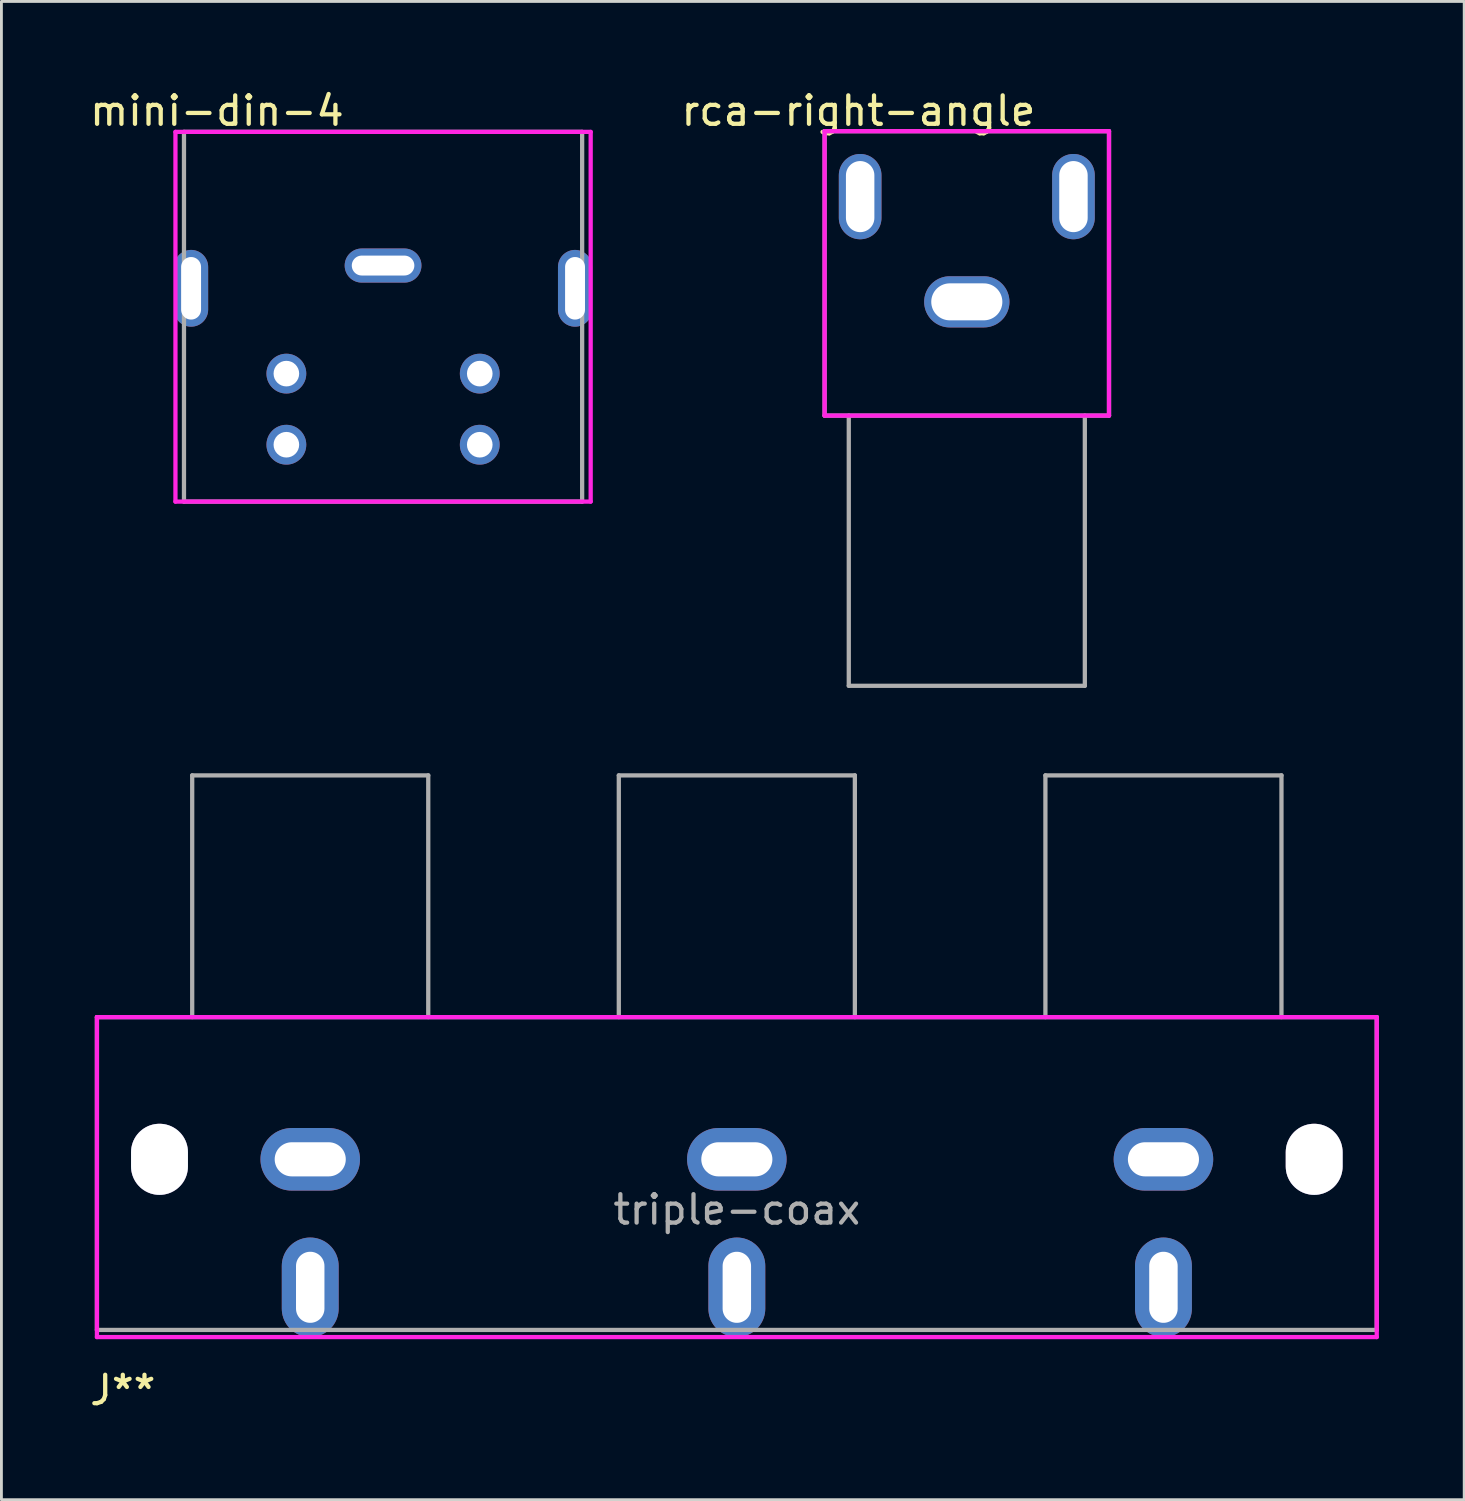
<source format=kicad_pcb>
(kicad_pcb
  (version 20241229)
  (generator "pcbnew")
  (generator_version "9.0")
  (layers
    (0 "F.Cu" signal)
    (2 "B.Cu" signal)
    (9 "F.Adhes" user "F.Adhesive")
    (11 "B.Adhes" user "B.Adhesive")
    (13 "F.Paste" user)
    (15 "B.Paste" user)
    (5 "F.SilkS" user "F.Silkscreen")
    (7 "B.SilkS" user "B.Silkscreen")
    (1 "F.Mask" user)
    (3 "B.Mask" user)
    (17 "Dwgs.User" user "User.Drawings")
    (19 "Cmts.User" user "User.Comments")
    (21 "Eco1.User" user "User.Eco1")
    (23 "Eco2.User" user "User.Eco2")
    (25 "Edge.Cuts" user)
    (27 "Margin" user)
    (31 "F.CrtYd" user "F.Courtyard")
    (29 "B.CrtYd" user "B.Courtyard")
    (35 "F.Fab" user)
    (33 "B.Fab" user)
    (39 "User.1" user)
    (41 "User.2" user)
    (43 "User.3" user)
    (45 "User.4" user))
  (footprint "rca-right-angle"
    (layer "F.Cu")
    (at 30.944 6.563)
    (property "Reference" "rca-right-angle" (at -3.81 -5.715 0) (layer "F.SilkS") (effects (font (size 1 1) (thickness 0.15))))
    (attr through_hole)
    (fp_line (start -5 -5) (end -5 5) (stroke (width 0.15) (type solid)) (layer "F.CrtYd"))
    (fp_line (start -5 -5) (end 5 -5) (stroke (width 0.15) (type solid)) (layer "F.CrtYd"))
    (fp_line (start -5 5) (end 5 5) (stroke (width 0.15) (type solid)) (layer "F.CrtYd"))
    (fp_line (start 5 -5) (end 5 5) (stroke (width 0.15) (type solid)) (layer "F.CrtYd"))
    (fp_line (start -5 -5) (end -5 5) (stroke (width 0.15) (type solid)) (layer "F.Fab"))
    (fp_line (start -5 -5) (end 5 -5) (stroke (width 0.15) (type solid)) (layer "F.Fab"))
    (fp_line (start -5 5) (end 5 5) (stroke (width 0.15) (type solid)) (layer "F.Fab"))
    (fp_line (start -4.15 5) (end -4.15 14.5) (stroke (width 0.15) (type solid)) (layer "F.Fab"))
    (fp_line (start -4.15 14.5) (end 4.15 14.5) (stroke (width 0.15) (type solid)) (layer "F.Fab"))
    (fp_line (start 4.15 5) (end 4.15 14.5) (stroke (width 0.15) (type solid)) (layer "F.Fab"))
    (fp_line (start 5 -5) (end 5 5) (stroke (width 0.15) (type solid)) (layer "F.Fab"))
    (pad "1" thru_hole oval (at 0 1) (size 3 1.8) (drill oval 2.5 1.3) (layers "*.Cu" "*.Mask"))
    (pad "2" thru_hole oval (at -3.75 -2.7) (size 1.5 3) (drill oval 1 2.5) (layers "*.Cu" "*.Mask"))
    (pad "2" thru_hole oval (at 3.75 -2.7) (size 1.5 3) (drill oval 1 2.5) (layers "*.Cu" "*.Mask")))
  (footprint "mini-din-4"
    (layer "F.Cu")
    (at 10.419 8.087)
    (property "Reference" "mini-din-4" (at -5.842 -7.239 0) (layer "F.SilkS") (effects (font (size 1 1) (thickness 0.15))))
    (attr through_hole)
    (fp_line (start -7.3 -6.5) (end -7.3 6.5) (stroke (width 0.15) (type solid)) (layer "F.CrtYd"))
    (fp_line (start -7.3 -6.5) (end 7.3 -6.5) (stroke (width 0.15) (type solid)) (layer "F.CrtYd"))
    (fp_line (start -7.3 6.5) (end 7.3 6.5) (stroke (width 0.15) (type solid)) (layer "F.CrtYd"))
    (fp_line (start 7.3 -6.5) (end 7.3 6.5) (stroke (width 0.15) (type solid)) (layer "F.CrtYd"))
    (fp_line (start -7 -6.5) (end -7 6.5) (stroke (width 0.15) (type solid)) (layer "F.Fab"))
    (fp_line (start -7 -6.5) (end 7 -6.5) (stroke (width 0.15) (type solid)) (layer "F.Fab"))
    (fp_line (start -7 6.5) (end 7 6.5) (stroke (width 0.15) (type solid)) (layer "F.Fab"))
    (fp_line (start 7 -6.5) (end 7 6.5) (stroke (width 0.15) (type solid)) (layer "F.Fab"))
    (pad "" thru_hole oval (at -6.75 -1) (size 1.2 2.7) (drill oval 0.7 2.2) (layers "*.Cu" "*.Mask"))
    (pad "" thru_hole oval (at 0 -1.8) (size 2.7 1.2) (drill oval 2.2 0.7) (layers "*.Cu" "*.Mask"))
    (pad "" thru_hole oval (at 6.75 -1) (size 1.2 2.7) (drill oval 0.7 2.2) (layers "*.Cu" "*.Mask"))
    (pad "1" thru_hole circle (at -3.4 2) (size 1.4 1.4) (drill 0.9) (layers "*.Cu" "*.Mask"))
    (pad "2" thru_hole circle (at 3.4 2) (size 1.4 1.4) (drill 0.9) (layers "*.Cu" "*.Mask"))
    (pad "3" thru_hole circle (at -3.4 4.5) (size 1.4 1.4) (drill 0.9) (layers "*.Cu" "*.Mask"))
    (pad "4" thru_hole circle (at 3.4 4.5) (size 1.4 1.4) (drill 0.9) (layers "*.Cu" "*.Mask")))
  (footprint "triple-coax"
    (layer "F.Cu")
    (at 22.858 38.213)
    (property "Reference" "triple-coax" (at 0 1.27 0) (layer "F.Fab") (effects (font (size 1 1) (thickness 0.15))))
    (attr through_hole)
    (fp_line (start -22.5 -5.5) (end 22.5 -5.5) (stroke (width 0.15) (type solid)) (layer "F.CrtYd"))
    (fp_line (start -22.5 5.75) (end -22.5 -5.5) (stroke (width 0.15) (type solid)) (layer "F.CrtYd"))
    (fp_line (start -22.5 5.75) (end 22.5 5.75) (stroke (width 0.15) (type solid)) (layer "F.CrtYd"))
    (fp_line (start 22.5 -5.5) (end 22.5 5.75) (stroke (width 0.15) (type solid)) (layer "F.CrtYd"))
    (fp_line (start -22.5 -5.5) (end 22.5 -5.5) (stroke (width 0.15) (type solid)) (layer "F.Fab"))
    (fp_line (start -22.5 5.5) (end -22.5 -5.5) (stroke (width 0.15) (type solid)) (layer "F.Fab"))
    (fp_line (start -22.5 5.5) (end 22.5 5.5) (stroke (width 0.15) (type solid)) (layer "F.Fab"))
    (fp_line (start -19.15 -14) (end -19.15 -5.5) (stroke (width 0.15) (type solid)) (layer "F.Fab"))
    (fp_line (start -19.15 -14) (end -10.85 -14) (stroke (width 0.15) (type solid)) (layer "F.Fab"))
    (fp_line (start -10.85 -14) (end -10.85 -5.5) (stroke (width 0.15) (type solid)) (layer "F.Fab"))
    (fp_line (start -4.15 -14) (end -4.15 -5.5) (stroke (width 0.15) (type solid)) (layer "F.Fab"))
    (fp_line (start -4.15 -14) (end 4.15 -14) (stroke (width 0.15) (type solid)) (layer "F.Fab"))
    (fp_line (start 4.15 -14) (end 4.15 -5.5) (stroke (width 0.15) (type solid)) (layer "F.Fab"))
    (fp_line (start 10.85 -14) (end 10.85 -5.5) (stroke (width 0.15) (type solid)) (layer "F.Fab"))
    (fp_line (start 10.85 -14) (end 19.15 -14) (stroke (width 0.15) (type solid)) (layer "F.Fab"))
    (fp_line (start 19.15 -14) (end 19.15 -5.5) (stroke (width 0.15) (type solid)) (layer "F.Fab"))
    (fp_line (start 22.5 -5.5) (end 22.5 5.5) (stroke (width 0.15) (type solid)) (layer "F.Fab"))
    (fp_text user "J**" (at -21.59 7.62 0) (layer "F.SilkS") (effects (font (size 1 1) (thickness 0.15))))
    (pad "" thru_hole oval (at -20.3 -0.5) (size 2 2.5) (drill oval 2 2.5) (layers "*.Cu" "*.Mask"))
    (pad "" thru_hole oval (at 20.3 -0.5) (size 2 2.5) (drill oval 2 2.5) (layers "*.Cu" "*.Mask"))
    (pad "1" thru_hole oval (at 15 -0.5) (size 3.5 2.2) (drill oval 2.5 1.2) (layers "*.Cu" "*.Mask"))
    (pad "2" thru_hole oval (at 15 4) (size 2 3.5) (drill oval 1 2.5) (layers "*.Cu" "*.Mask"))
    (pad "3" thru_hole oval (at 0 -0.5) (size 3.5 2.2) (drill oval 2.5 1.2) (layers "*.Cu" "*.Mask"))
    (pad "4" thru_hole oval (at 0 4) (size 2 3.5) (drill oval 1 2.5) (layers "*.Cu" "*.Mask"))
    (pad "5" thru_hole oval (at -15 -0.5) (size 3.5 2.2) (drill oval 2.5 1.2) (layers "*.Cu" "*.Mask"))
    (pad "6" thru_hole oval (at -15 4) (size 2 3.5) (drill oval 1 2.5) (layers "*.Cu" "*.Mask")))
  (gr_rect
    (start -3 -3)
    (end 48.433 49.681)
    (stroke (width 0.1) (type default))
    (fill no)
    (layer "Edge.Cuts")))
</source>
